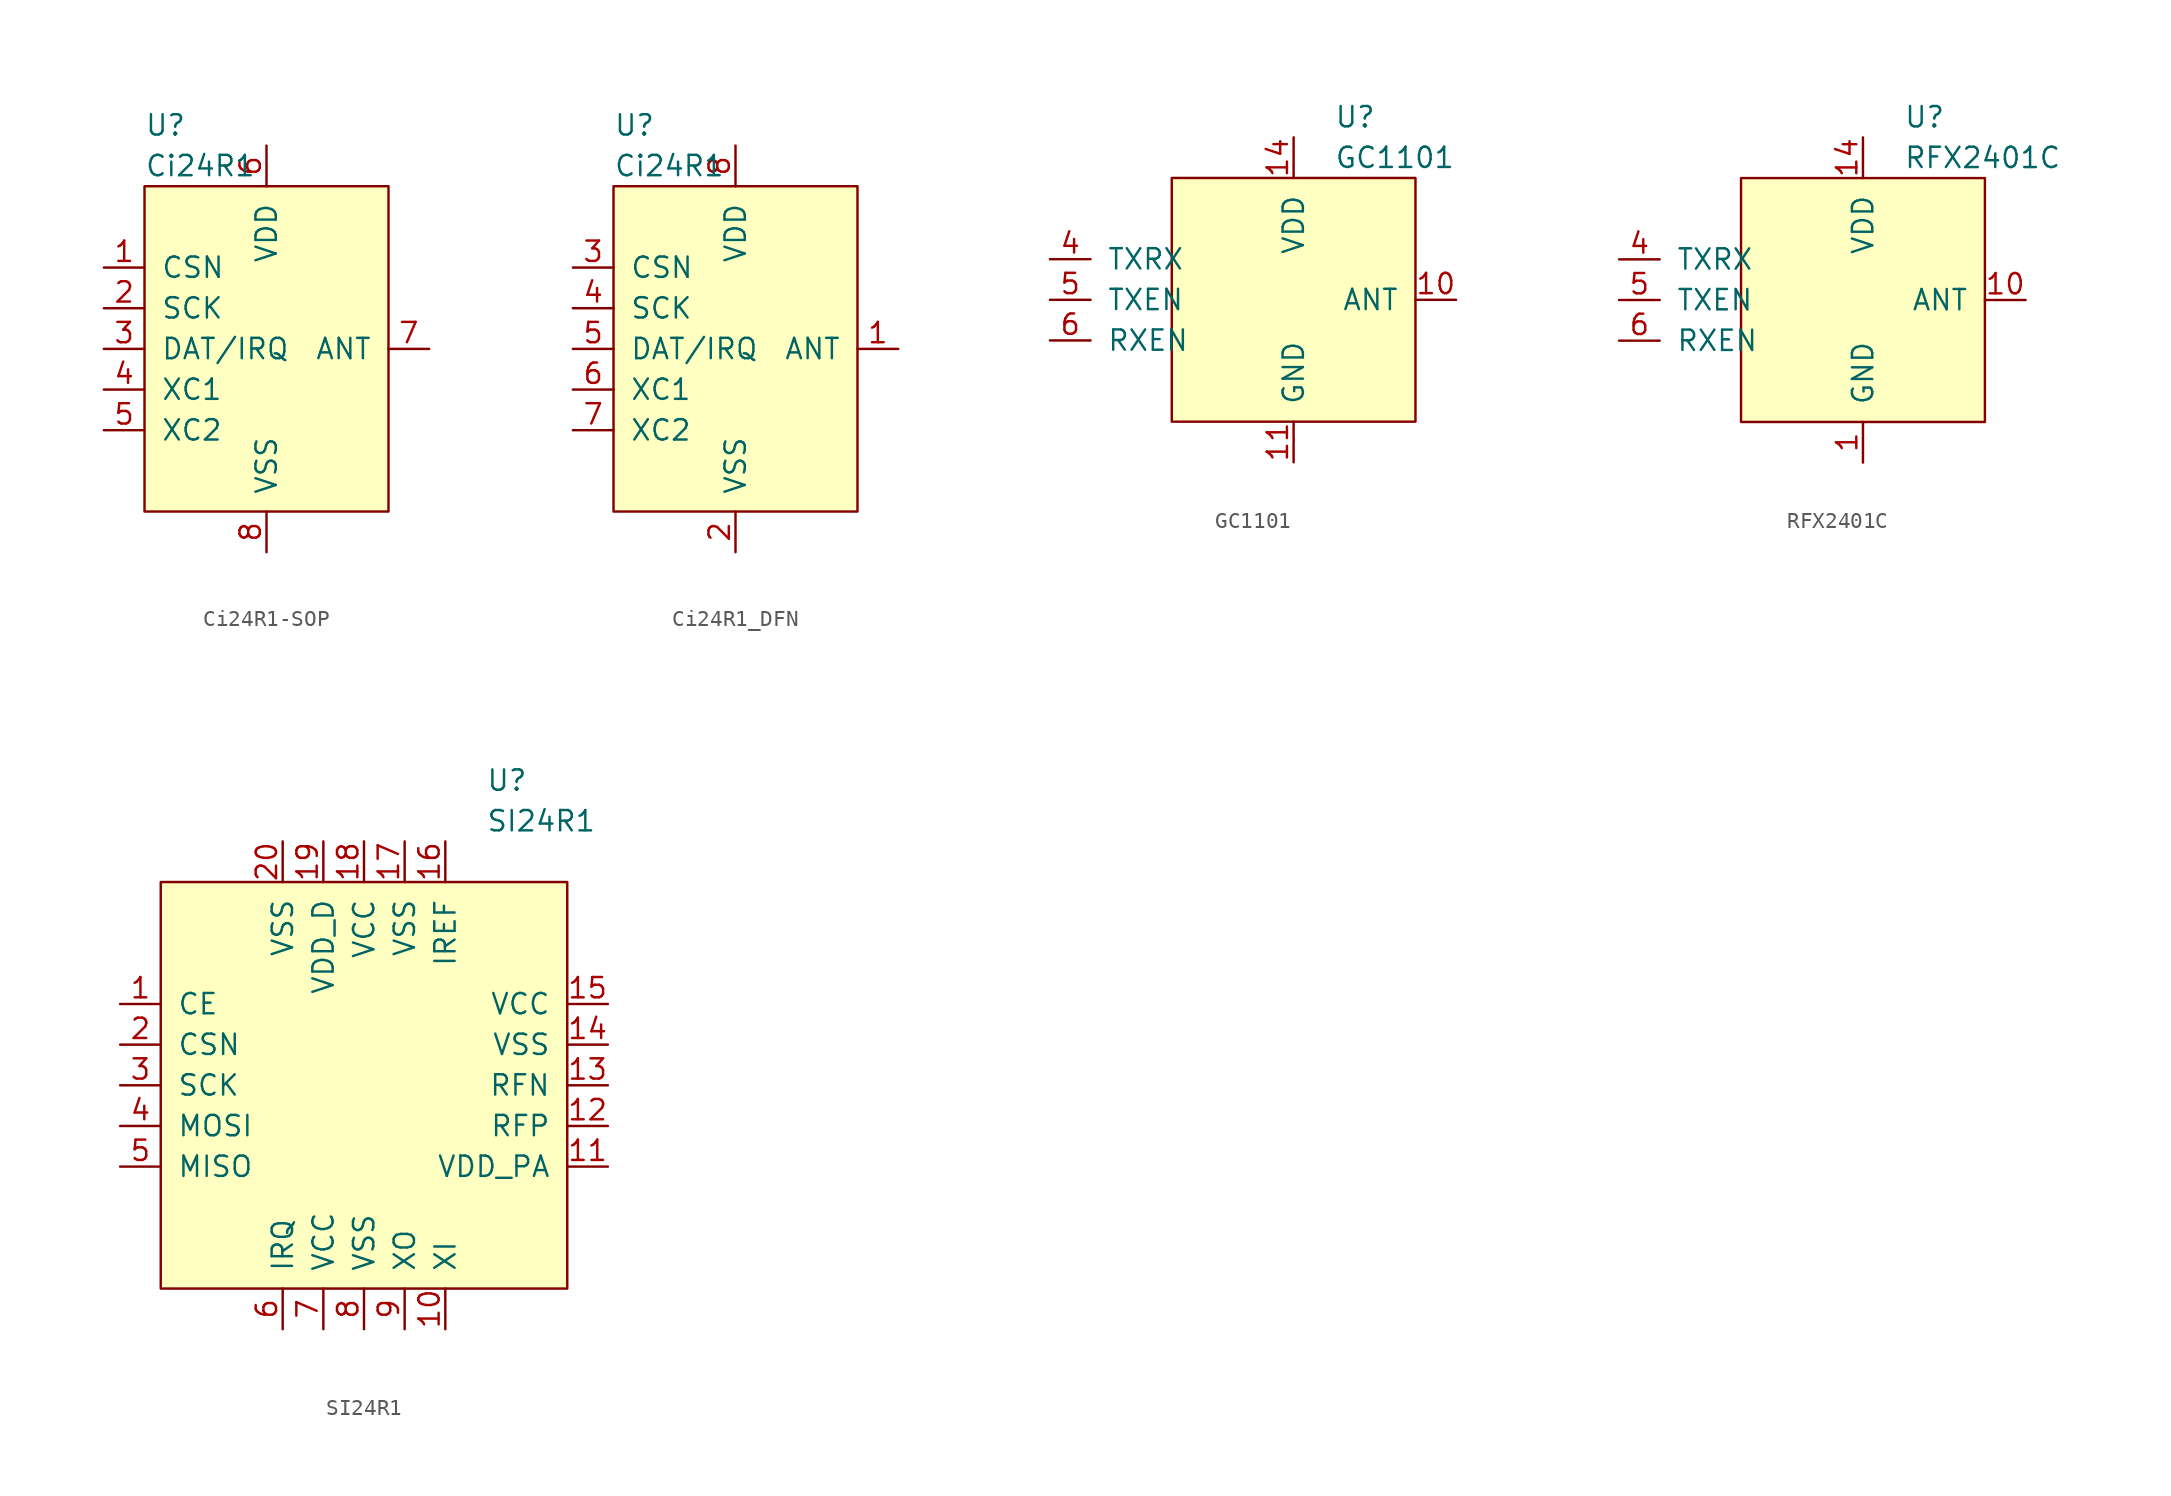
<source format=kicad_sym>
(kicad_symbol_lib
  (version 20231120)
  (generator "kicad_symbol_editor")
  (generator_version "8.0")
  (symbol "Ci24R1-SOP"
    (pin_names
      (offset 1.016))
    (property "Reference" "U"
      (at -7.62 13.97 0)
      (effects (font (size 1.27 1.27)) (justify left)))
    (property "Value" "Ci24R1"
      (at -7.62 11.43 0)
      (effects (font (size 1.27 1.27)) (justify left)))
    (symbol "Ci24R1-SOP_0_1"
      (rectangle (start -7.62 10.16) (end 7.62 -10.16) (stroke (width 0) (type default)) (fill (type background))))
    (symbol "Ci24R1-SOP_1_1"
      (pin input line (at -10.16 5.08 0) (length 2.54) (name "CSN" (effects (font (size 1.27 1.27)))) (number "1" (effects (font (size 1.27 1.27)))))
      (pin input line (at -10.16 2.54 0) (length 2.54) (name "SCK" (effects (font (size 1.27 1.27)))) (number "2" (effects (font (size 1.27 1.27)))))
      (pin bidirectional line (at -10.16 0 0) (length 2.54) (name "DAT/IRQ" (effects (font (size 1.27 1.27)))) (number "3" (effects (font (size 1.27 1.27)))))
      (pin input line (at -10.16 -2.54 0) (length 2.54) (name "XC1" (effects (font (size 1.27 1.27)))) (number "4" (effects (font (size 1.27 1.27)))))
      (pin input line (at -10.16 -5.08 0) (length 2.54) (name "XC2" (effects (font (size 1.27 1.27)))) (number "5" (effects (font (size 1.27 1.27)))))
      (pin power_in line (at 0 12.7 270) (length 2.54) (name "VDD" (effects (font (size 1.27 1.27)))) (number "6" (effects (font (size 1.27 1.27)))))
      (pin bidirectional line (at 10.16 0 180) (length 2.54) (name "ANT" (effects (font (size 1.27 1.27)))) (number "7" (effects (font (size 1.27 1.27)))))
      (pin power_in line (at 0 -12.7 90) (length 2.54) (name "VSS" (effects (font (size 1.27 1.27)))) (number "8" (effects (font (size 1.27 1.27)))))))
  (symbol "Ci24R1_DFN"
    (pin_names
      (offset 1.016))
    (property "Reference" "U"
      (at -7.62 13.97 0)
      (effects (font (size 1.27 1.27)) (justify left)))
    (property "Value" "Ci24R1"
      (at -7.62 11.43 0)
      (effects (font (size 1.27 1.27)) (justify left)))
    (symbol "Ci24R1_DFN_0_1"
      (rectangle (start -7.62 10.16) (end 7.62 -10.16) (stroke (width 0) (type default)) (fill (type background))))
    (symbol "Ci24R1_DFN_1_1"
      (pin bidirectional line (at 10.16 0 180) (length 2.54) (name "ANT" (effects (font (size 1.27 1.27)))) (number "1" (effects (font (size 1.27 1.27)))))
      (pin power_in line (at 0 -12.7 90) (length 2.54) (name "VSS" (effects (font (size 1.27 1.27)))) (number "2" (effects (font (size 1.27 1.27)))))
      (pin input line (at -10.16 5.08 0) (length 2.54) (name "CSN" (effects (font (size 1.27 1.27)))) (number "3" (effects (font (size 1.27 1.27)))))
      (pin input line (at -10.16 2.54 0) (length 2.54) (name "SCK" (effects (font (size 1.27 1.27)))) (number "4" (effects (font (size 1.27 1.27)))))
      (pin bidirectional line (at -10.16 0 0) (length 2.54) (name "DAT/IRQ" (effects (font (size 1.27 1.27)))) (number "5" (effects (font (size 1.27 1.27)))))
      (pin input line (at -10.16 -2.54 0) (length 2.54) (name "XC1" (effects (font (size 1.27 1.27)))) (number "6" (effects (font (size 1.27 1.27)))))
      (pin output line (at -10.16 -5.08 0) (length 2.54) (name "XC2" (effects (font (size 1.27 1.27)))) (number "7" (effects (font (size 1.27 1.27)))))
      (pin power_in line (at 0 12.7 270) (length 2.54) (name "VDD" (effects (font (size 1.27 1.27)))) (number "8" (effects (font (size 1.27 1.27)))))
      (pin power_in line (at 0 -12.7 90) (length 2.54) hide (name "VSS" (effects (font (size 1.27 1.27)))) (number "9" (effects (font (size 1.27 1.27)))))))
  (symbol "GC1101"
    (pin_names
      (offset 1.016))
    (property "Reference" "U"
      (at 2.54 11.43 0)
      (effects (font (size 1.27 1.27)) (justify left)))
    (property "Value" "GC1101"
      (at 2.54 8.89 0)
      (effects (font (size 1.27 1.27)) (justify left)))
    (symbol "GC1101_0_1"
      (rectangle (start -7.62 7.62) (end 7.62 -7.62) (stroke (width 0) (type default)) (fill (type background))))
    (symbol "GC1101_1_1"
      (pin power_in line (at -2.54 10.16 270) (length 2.54) hide (name "NC" (effects (font (size 1.27 1.27)))) (number "1" (effects (font (size 1.27 1.27)))))
      (pin bidirectional line (at 10.16 0 180) (length 2.54) (name "ANT" (effects (font (size 1.27 1.27)))) (number "10" (effects (font (size 1.27 1.27)))))
      (pin power_in line (at 0 -10.16 90) (length 2.54) (name "GND" (effects (font (size 1.27 1.27)))) (number "11" (effects (font (size 1.27 1.27)))))
      (pin power_in line (at -2.54 10.16 270) (length 2.54) hide (name "NC" (effects (font (size 1.27 1.27)))) (number "12" (effects (font (size 1.27 1.27)))))
      (pin no_connect line (at -2.54 10.16 270) (length 2.54) hide (name "NC" (effects (font (size 1.27 1.27)))) (number "13" (effects (font (size 1.27 1.27)))))
      (pin power_in line (at 0 10.16 270) (length 2.54) (name "VDD" (effects (font (size 1.27 1.27)))) (number "14" (effects (font (size 1.27 1.27)))))
      (pin power_in line (at -2.54 10.16 270) (length 2.54) hide (name "NC" (effects (font (size 1.27 1.27)))) (number "15" (effects (font (size 1.27 1.27)))))
      (pin power_in line (at 0 10.16 270) (length 2.54) hide (name "VDD" (effects (font (size 1.27 1.27)))) (number "16" (effects (font (size 1.27 1.27)))))
      (pin power_in line (at 0 -10.16 90) (length 2.54) hide (name "GND" (effects (font (size 1.27 1.27)))) (number "17" (effects (font (size 1.27 1.27)))))
      (pin power_in line (at -2.54 10.16 270) (length 2.54) hide (name "NC" (effects (font (size 1.27 1.27)))) (number "2" (effects (font (size 1.27 1.27)))))
      (pin power_in line (at -2.54 10.16 270) (length 2.54) hide (name "NC" (effects (font (size 1.27 1.27)))) (number "3" (effects (font (size 1.27 1.27)))))
      (pin input line (at -15.24 2.54 0) (length 2.54) (name "TXRX" (effects (font (size 1.27 1.27)))) (number "4" (effects (font (size 1.27 1.27)))))
      (pin input line (at -15.24 0 0) (length 2.54) (name "TXEN" (effects (font (size 1.27 1.27)))) (number "5" (effects (font (size 1.27 1.27)))))
      (pin input line (at -15.24 -2.54 0) (length 2.54) (name "RXEN" (effects (font (size 1.27 1.27)))) (number "6" (effects (font (size 1.27 1.27)))))
      (pin power_in line (at -2.54 10.16 270) (length 2.54) hide (name "NC" (effects (font (size 1.27 1.27)))) (number "7" (effects (font (size 1.27 1.27)))))
      (pin power_in line (at -2.54 10.16 270) (length 2.54) hide (name "NC" (effects (font (size 1.27 1.27)))) (number "8" (effects (font (size 1.27 1.27)))))
      (pin power_in line (at -2.54 10.16 270) (length 2.54) hide (name "NC" (effects (font (size 1.27 1.27)))) (number "9" (effects (font (size 1.27 1.27)))))))
  (symbol "RFX2401C"
    (pin_names
      (offset 1.016))
    (property "Reference" "U"
      (at 2.54 11.43 0)
      (effects (font (size 1.27 1.27)) (justify left)))
    (property "Value" "RFX2401C"
      (at 2.54 8.89 0)
      (effects (font (size 1.27 1.27)) (justify left)))
    (symbol "RFX2401C_0_1"
      (rectangle (start -7.62 7.62) (end 7.62 -7.62) (stroke (width 0) (type default)) (fill (type background))))
    (symbol "RFX2401C_1_1"
      (pin power_in line (at 0 -10.16 90) (length 2.54) (name "GND" (effects (font (size 1.27 1.27)))) (number "1" (effects (font (size 1.27 1.27)))))
      (pin bidirectional line (at 10.16 0 180) (length 2.54) (name "ANT" (effects (font (size 1.27 1.27)))) (number "10" (effects (font (size 1.27 1.27)))))
      (pin power_in line (at 0 -10.16 90) (length 2.54) hide (name "GND" (effects (font (size 1.27 1.27)))) (number "11" (effects (font (size 1.27 1.27)))))
      (pin power_in line (at 0 -10.16 90) (length 2.54) hide (name "GND" (effects (font (size 1.27 1.27)))) (number "12" (effects (font (size 1.27 1.27)))))
      (pin no_connect line (at -2.54 10.16 270) (length 2.54) hide (name "DNC" (effects (font (size 1.27 1.27)))) (number "13" (effects (font (size 1.27 1.27)))))
      (pin power_in line (at 0 10.16 270) (length 2.54) (name "VDD" (effects (font (size 1.27 1.27)))) (number "14" (effects (font (size 1.27 1.27)))))
      (pin power_in line (at 0 -10.16 90) (length 2.54) hide (name "GND" (effects (font (size 1.27 1.27)))) (number "15" (effects (font (size 1.27 1.27)))))
      (pin power_in line (at 0 10.16 270) (length 2.54) hide (name "VDD" (effects (font (size 1.27 1.27)))) (number "16" (effects (font (size 1.27 1.27)))))
      (pin power_in line (at 0 -10.16 90) (length 2.54) hide (name "GND" (effects (font (size 1.27 1.27)))) (number "17" (effects (font (size 1.27 1.27)))))
      (pin power_in line (at 0 -10.16 90) (length 2.54) hide (name "GND" (effects (font (size 1.27 1.27)))) (number "2" (effects (font (size 1.27 1.27)))))
      (pin power_in line (at 0 -10.16 90) (length 2.54) hide (name "GND" (effects (font (size 1.27 1.27)))) (number "3" (effects (font (size 1.27 1.27)))))
      (pin input line (at -15.24 2.54 0) (length 2.54) (name "TXRX" (effects (font (size 1.27 1.27)))) (number "4" (effects (font (size 1.27 1.27)))))
      (pin input line (at -15.24 0 0) (length 2.54) (name "TXEN" (effects (font (size 1.27 1.27)))) (number "5" (effects (font (size 1.27 1.27)))))
      (pin input line (at -15.24 -2.54 0) (length 2.54) (name "RXEN" (effects (font (size 1.27 1.27)))) (number "6" (effects (font (size 1.27 1.27)))))
      (pin power_in line (at 0 -10.16 90) (length 2.54) hide (name "GND" (effects (font (size 1.27 1.27)))) (number "7" (effects (font (size 1.27 1.27)))))
      (pin power_in line (at 0 -10.16 90) (length 2.54) hide (name "GND" (effects (font (size 1.27 1.27)))) (number "8" (effects (font (size 1.27 1.27)))))
      (pin power_in line (at 0 -10.16 90) (length 2.54) hide (name "GND" (effects (font (size 1.27 1.27)))) (number "9" (effects (font (size 1.27 1.27)))))))
  (symbol "SI24R1"
    (pin_names
      (offset 1.016))
    (property "Reference" "U"
      (at 7.62 19.05 0)
      (effects (font (size 1.27 1.27)) (justify left)))
    (property "Value" "SI24R1"
      (at 7.62 16.51 0)
      (effects (font (size 1.27 1.27)) (justify left)))
    (symbol "SI24R1_0_1"
      (rectangle (start -12.7 12.7) (end 12.7 -12.7) (stroke (width 0) (type default)) (fill (type background))))
    (symbol "SI24R1_1_1"
      (pin input line (at -15.24 5.08 0) (length 2.54) (name "CE" (effects (font (size 1.27 1.27)))) (number "1" (effects (font (size 1.27 1.27)))))
      (pin input line (at 5.08 -15.24 90) (length 2.54) (name "XI" (effects (font (size 1.27 1.27)))) (number "10" (effects (font (size 1.27 1.27)))))
      (pin power_in line (at 15.24 -5.08 180) (length 2.54) (name "VDD_PA" (effects (font (size 1.27 1.27)))) (number "11" (effects (font (size 1.27 1.27)))))
      (pin bidirectional line (at 15.24 -2.54 180) (length 2.54) (name "RFP" (effects (font (size 1.27 1.27)))) (number "12" (effects (font (size 1.27 1.27)))))
      (pin bidirectional line (at 15.24 0 180) (length 2.54) (name "RFN" (effects (font (size 1.27 1.27)))) (number "13" (effects (font (size 1.27 1.27)))))
      (pin power_out line (at 15.24 2.54 180) (length 2.54) (name "VSS" (effects (font (size 1.27 1.27)))) (number "14" (effects (font (size 1.27 1.27)))))
      (pin power_out line (at 15.24 5.08 180) (length 2.54) (name "VCC" (effects (font (size 1.27 1.27)))) (number "15" (effects (font (size 1.27 1.27)))))
      (pin input line (at 5.08 15.24 270) (length 2.54) (name "IREF" (effects (font (size 1.27 1.27)))) (number "16" (effects (font (size 1.27 1.27)))))
      (pin power_in line (at 2.54 15.24 270) (length 2.54) (name "VSS" (effects (font (size 1.27 1.27)))) (number "17" (effects (font (size 1.27 1.27)))))
      (pin power_in line (at 0 15.24 270) (length 2.54) (name "VCC" (effects (font (size 1.27 1.27)))) (number "18" (effects (font (size 1.27 1.27)))))
      (pin power_out line (at -2.54 15.24 270) (length 2.54) (name "VDD_D" (effects (font (size 1.27 1.27)))) (number "19" (effects (font (size 1.27 1.27)))))
      (pin input line (at -15.24 2.54 0) (length 2.54) (name "CSN" (effects (font (size 1.27 1.27)))) (number "2" (effects (font (size 1.27 1.27)))))
      (pin power_in line (at -5.08 15.24 270) (length 2.54) (name "VSS" (effects (font (size 1.27 1.27)))) (number "20" (effects (font (size 1.27 1.27)))))
      (pin power_in line (at -5.08 15.24 270) (length 2.54) hide (name "VSS" (effects (font (size 1.27 1.27)))) (number "21" (effects (font (size 1.27 1.27)))))
      (pin input line (at -15.24 0 0) (length 2.54) (name "SCK" (effects (font (size 1.27 1.27)))) (number "3" (effects (font (size 1.27 1.27)))))
      (pin input line (at -15.24 -2.54 0) (length 2.54) (name "MOSI" (effects (font (size 1.27 1.27)))) (number "4" (effects (font (size 1.27 1.27)))))
      (pin output line (at -15.24 -5.08 0) (length 2.54) (name "MISO" (effects (font (size 1.27 1.27)))) (number "5" (effects (font (size 1.27 1.27)))))
      (pin output line (at -5.08 -15.24 90) (length 2.54) (name "IRQ" (effects (font (size 1.27 1.27)))) (number "6" (effects (font (size 1.27 1.27)))))
      (pin power_in line (at -2.54 -15.24 90) (length 2.54) (name "VCC" (effects (font (size 1.27 1.27)))) (number "7" (effects (font (size 1.27 1.27)))))
      (pin power_in line (at 0 -15.24 90) (length 2.54) (name "VSS" (effects (font (size 1.27 1.27)))) (number "8" (effects (font (size 1.27 1.27)))))
      (pin output line (at 2.54 -15.24 90) (length 2.54) (name "XO" (effects (font (size 1.27 1.27)))) (number "9" (effects (font (size 1.27 1.27))))))))
</source>
